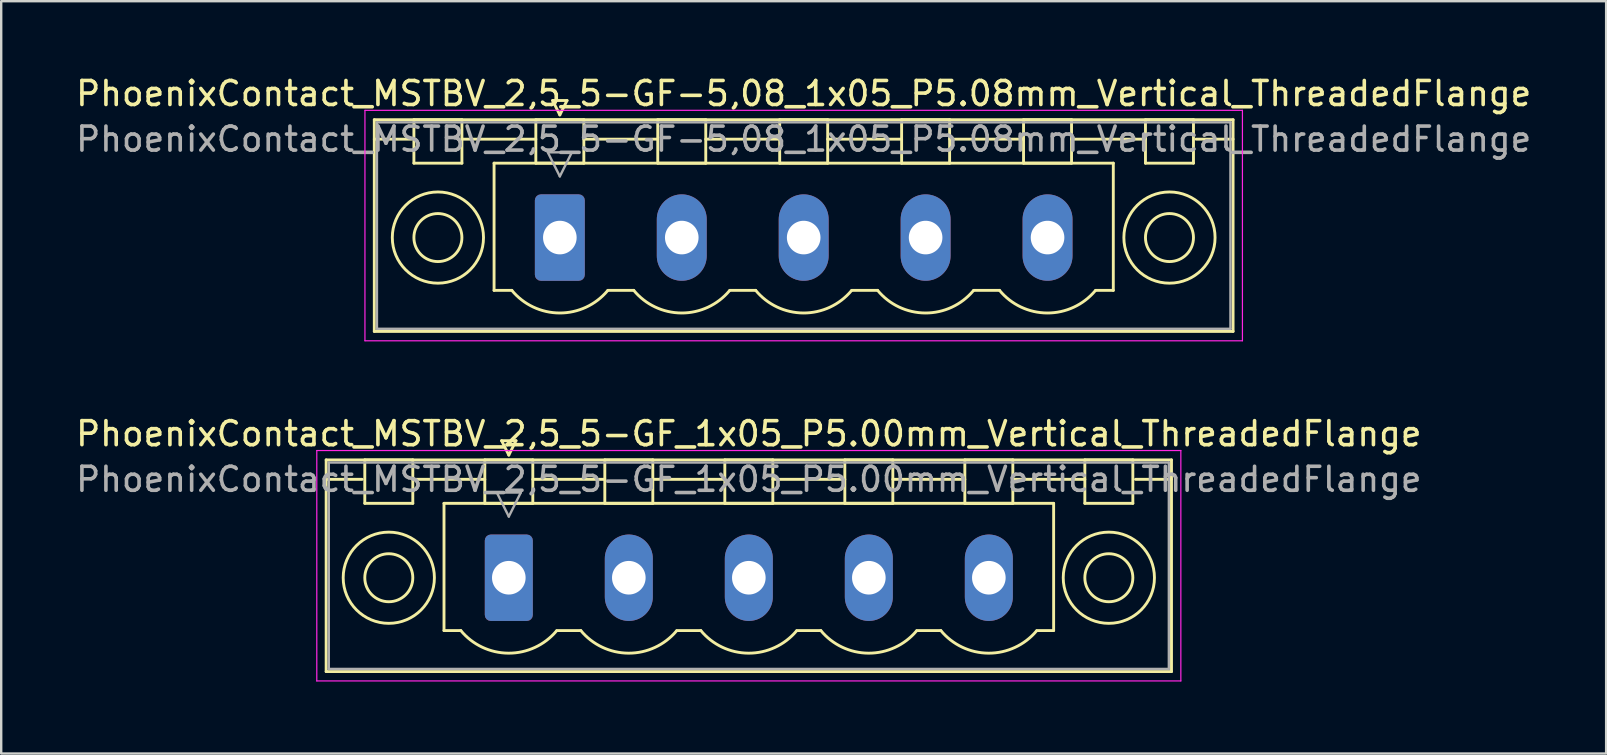
<source format=kicad_pcb>
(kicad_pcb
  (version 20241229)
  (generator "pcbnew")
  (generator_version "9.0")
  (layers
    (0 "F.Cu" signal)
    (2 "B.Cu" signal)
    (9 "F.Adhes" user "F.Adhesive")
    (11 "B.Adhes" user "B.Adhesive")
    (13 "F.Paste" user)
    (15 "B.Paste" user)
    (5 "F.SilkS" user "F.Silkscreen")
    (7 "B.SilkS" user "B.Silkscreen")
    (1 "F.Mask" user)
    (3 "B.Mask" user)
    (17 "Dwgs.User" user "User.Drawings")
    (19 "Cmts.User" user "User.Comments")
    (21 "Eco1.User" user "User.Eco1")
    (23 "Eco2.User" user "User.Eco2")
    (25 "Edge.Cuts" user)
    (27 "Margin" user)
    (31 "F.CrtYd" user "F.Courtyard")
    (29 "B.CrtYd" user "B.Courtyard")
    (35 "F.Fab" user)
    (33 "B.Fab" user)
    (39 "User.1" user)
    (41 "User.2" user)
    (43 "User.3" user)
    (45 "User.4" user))
  (footprint "PhoenixContact_MSTBV_2,5_5-GF_1x05_P5.00mm_Vertical_ThreadedFlange"
    (layer "F.Cu")
    (at 18.149 21.021)
    (property "Reference" "PhoenixContact_MSTBV_2,5_5-GF_1x05_P5.00mm_Vertical_ThreadedFlange" (at 10 -6 0) (layer "F.SilkS") (effects (font (size 1 1) (thickness 0.15))))
    (attr through_hole)
    (fp_line (start -7.61 -4.91) (end -7.61 3.91) (stroke (width 0.12) (type solid)) (layer "F.SilkS"))
    (fp_line (start -7.61 -4.1) (end -6.11 -4.1) (stroke (width 0.12) (type solid)) (layer "F.SilkS"))
    (fp_line (start -7.61 3.91) (end 27.61 3.91) (stroke (width 0.12) (type solid)) (layer "F.SilkS"))
    (fp_line (start -6 -4.91) (end -4 -4.91) (stroke (width 0.12) (type solid)) (layer "F.SilkS"))
    (fp_line (start -6 -3.1) (end -6 -4.91) (stroke (width 0.12) (type solid)) (layer "F.SilkS"))
    (fp_line (start -4 -4.91) (end -4 -3.1) (stroke (width 0.12) (type solid)) (layer "F.SilkS"))
    (fp_line (start -4 -4.1) (end -1 -4.1) (stroke (width 0.12) (type solid)) (layer "F.SilkS"))
    (fp_line (start -4 -3.1) (end -6 -3.1) (stroke (width 0.12) (type solid)) (layer "F.SilkS"))
    (fp_line (start -2.7 -3.1) (end 22.7 -3.1) (stroke (width 0.12) (type solid)) (layer "F.SilkS"))
    (fp_line (start -2.7 2.2) (end -2.7 -3.1) (stroke (width 0.12) (type solid)) (layer "F.SilkS"))
    (fp_line (start -2 2.2) (end -2.7 2.2) (stroke (width 0.12) (type solid)) (layer "F.SilkS"))
    (fp_line (start -1 -4.91) (end 1 -4.91) (stroke (width 0.12) (type solid)) (layer "F.SilkS"))
    (fp_line (start -1 -3.1) (end -1 -4.91) (stroke (width 0.12) (type solid)) (layer "F.SilkS"))
    (fp_line (start -0.3 -5.71) (end 0.3 -5.71) (stroke (width 0.12) (type solid)) (layer "F.SilkS"))
    (fp_line (start 0 -5.11) (end -0.3 -5.71) (stroke (width 0.12) (type solid)) (layer "F.SilkS"))
    (fp_line (start 0.3 -5.71) (end 0 -5.11) (stroke (width 0.12) (type solid)) (layer "F.SilkS"))
    (fp_line (start 1 -4.91) (end 1 -3.1) (stroke (width 0.12) (type solid)) (layer "F.SilkS"))
    (fp_line (start 1 -4.1) (end 4 -4.1) (stroke (width 0.12) (type solid)) (layer "F.SilkS"))
    (fp_line (start 1 -3.1) (end -1 -3.1) (stroke (width 0.12) (type solid)) (layer "F.SilkS"))
    (fp_line (start 2 2.2) (end 3 2.2) (stroke (width 0.12) (type solid)) (layer "F.SilkS"))
    (fp_line (start 4 -4.91) (end 6 -4.91) (stroke (width 0.12) (type solid)) (layer "F.SilkS"))
    (fp_line (start 4 -3.1) (end 4 -4.91) (stroke (width 0.12) (type solid)) (layer "F.SilkS"))
    (fp_line (start 6 -4.91) (end 6 -3.1) (stroke (width 0.12) (type solid)) (layer "F.SilkS"))
    (fp_line (start 6 -4.1) (end 9 -4.1) (stroke (width 0.12) (type solid)) (layer "F.SilkS"))
    (fp_line (start 6 -3.1) (end 4 -3.1) (stroke (width 0.12) (type solid)) (layer "F.SilkS"))
    (fp_line (start 7 2.2) (end 8 2.2) (stroke (width 0.12) (type solid)) (layer "F.SilkS"))
    (fp_line (start 9 -4.91) (end 11 -4.91) (stroke (width 0.12) (type solid)) (layer "F.SilkS"))
    (fp_line (start 9 -3.1) (end 9 -4.91) (stroke (width 0.12) (type solid)) (layer "F.SilkS"))
    (fp_line (start 11 -4.91) (end 11 -3.1) (stroke (width 0.12) (type solid)) (layer "F.SilkS"))
    (fp_line (start 11 -4.1) (end 14 -4.1) (stroke (width 0.12) (type solid)) (layer "F.SilkS"))
    (fp_line (start 11 -3.1) (end 9 -3.1) (stroke (width 0.12) (type solid)) (layer "F.SilkS"))
    (fp_line (start 12 2.2) (end 13 2.2) (stroke (width 0.12) (type solid)) (layer "F.SilkS"))
    (fp_line (start 14 -4.91) (end 16 -4.91) (stroke (width 0.12) (type solid)) (layer "F.SilkS"))
    (fp_line (start 14 -3.1) (end 14 -4.91) (stroke (width 0.12) (type solid)) (layer "F.SilkS"))
    (fp_line (start 16 -4.91) (end 16 -3.1) (stroke (width 0.12) (type solid)) (layer "F.SilkS"))
    (fp_line (start 16 -4.1) (end 19 -4.1) (stroke (width 0.12) (type solid)) (layer "F.SilkS"))
    (fp_line (start 16 -3.1) (end 14 -3.1) (stroke (width 0.12) (type solid)) (layer "F.SilkS"))
    (fp_line (start 17 2.2) (end 18 2.2) (stroke (width 0.12) (type solid)) (layer "F.SilkS"))
    (fp_line (start 19 -4.91) (end 21 -4.91) (stroke (width 0.12) (type solid)) (layer "F.SilkS"))
    (fp_line (start 19 -3.1) (end 19 -4.91) (stroke (width 0.12) (type solid)) (layer "F.SilkS"))
    (fp_line (start 21 -4.91) (end 21 -3.1) (stroke (width 0.12) (type solid)) (layer "F.SilkS"))
    (fp_line (start 21 -4.1) (end 24 -4.1) (stroke (width 0.12) (type solid)) (layer "F.SilkS"))
    (fp_line (start 21 -3.1) (end 19 -3.1) (stroke (width 0.12) (type solid)) (layer "F.SilkS"))
    (fp_line (start 22.7 -3.1) (end 22.7 2.2) (stroke (width 0.12) (type solid)) (layer "F.SilkS"))
    (fp_line (start 22.7 2.2) (end 22 2.2) (stroke (width 0.12) (type solid)) (layer "F.SilkS"))
    (fp_line (start 24 -4.91) (end 26 -4.91) (stroke (width 0.12) (type solid)) (layer "F.SilkS"))
    (fp_line (start 24 -3.1) (end 24 -4.91) (stroke (width 0.12) (type solid)) (layer "F.SilkS"))
    (fp_line (start 26 -4.91) (end 26 -3.1) (stroke (width 0.12) (type solid)) (layer "F.SilkS"))
    (fp_line (start 26 -3.1) (end 24 -3.1) (stroke (width 0.12) (type solid)) (layer "F.SilkS"))
    (fp_line (start 27.61 -4.91) (end -7.61 -4.91) (stroke (width 0.12) (type solid)) (layer "F.SilkS"))
    (fp_line (start 27.61 -4.1) (end 26.11 -4.1) (stroke (width 0.12) (type solid)) (layer "F.SilkS"))
    (fp_line (start 27.61 3.91) (end 27.61 -4.91) (stroke (width 0.12) (type solid)) (layer "F.SilkS"))
    (fp_arc (start 1.986842 2.215821) (mid -0.010289 3.142758) (end -2 2.2) (stroke (width 0.12) (type solid)) (layer "F.SilkS"))
    (fp_arc (start 6.986842 2.215821) (mid 4.989711 3.142758) (end 3 2.2) (stroke (width 0.12) (type solid)) (layer "F.SilkS"))
    (fp_arc (start 11.986842 2.215821) (mid 9.989711 3.142758) (end 8 2.2) (stroke (width 0.12) (type solid)) (layer "F.SilkS"))
    (fp_arc (start 16.986842 2.215821) (mid 14.989711 3.142758) (end 13 2.2) (stroke (width 0.12) (type solid)) (layer "F.SilkS"))
    (fp_arc (start 21.986842 2.215821) (mid 19.989711 3.142758) (end 18 2.2) (stroke (width 0.12) (type solid)) (layer "F.SilkS"))
    (fp_circle (center -5 0) (end -4 0) (stroke (width 0.12) (type solid)) (fill no) (layer "F.SilkS"))
    (fp_circle (center -5 0) (end -3.1 0) (stroke (width 0.12) (type solid)) (fill no) (layer "F.SilkS"))
    (fp_circle (center 25 0) (end 26 0) (stroke (width 0.12) (type solid)) (fill no) (layer "F.SilkS"))
    (fp_circle (center 25 0) (end 26.9 0) (stroke (width 0.12) (type solid)) (fill no) (layer "F.SilkS"))
    (fp_line (start -8 -5.3) (end -8 4.3) (stroke (width 0.05) (type solid)) (layer "F.CrtYd"))
    (fp_line (start -8 4.3) (end 28 4.3) (stroke (width 0.05) (type solid)) (layer "F.CrtYd"))
    (fp_line (start 28 -5.3) (end -8 -5.3) (stroke (width 0.05) (type solid)) (layer "F.CrtYd"))
    (fp_line (start 28 4.3) (end 28 -5.3) (stroke (width 0.05) (type solid)) (layer "F.CrtYd"))
    (fp_line (start -7.5 -4.8) (end -7.5 3.8) (stroke (width 0.1) (type solid)) (layer "F.Fab"))
    (fp_line (start -7.5 3.8) (end 27.5 3.8) (stroke (width 0.1) (type solid)) (layer "F.Fab"))
    (fp_line (start -0.5 -3.55) (end 0.5 -3.55) (stroke (width 0.1) (type solid)) (layer "F.Fab"))
    (fp_line (start 0 -2.55) (end -0.5 -3.55) (stroke (width 0.1) (type solid)) (layer "F.Fab"))
    (fp_line (start 0.5 -3.55) (end 0 -2.55) (stroke (width 0.1) (type solid)) (layer "F.Fab"))
    (fp_line (start 27.5 -4.8) (end -7.5 -4.8) (stroke (width 0.1) (type solid)) (layer "F.Fab"))
    (fp_line (start 27.5 3.8) (end 27.5 -4.8) (stroke (width 0.1) (type solid)) (layer "F.Fab"))
    (fp_text user "${REFERENCE}" (at 10 -4.1 0) (layer "F.Fab") (effects (font (size 1 1) (thickness 0.15))))
    (pad "1" thru_hole roundrect (at 0 0) (size 2 3.6) (drill 1.4) (layers "*.Cu" "*.Mask") (roundrect_rratio 0.125))
    (pad "2" thru_hole oval (at 5 0) (size 2 3.6) (drill 1.4) (layers "*.Cu" "*.Mask"))
    (pad "3" thru_hole oval (at 10 0) (size 2 3.6) (drill 1.4) (layers "*.Cu" "*.Mask"))
    (pad "4" thru_hole oval (at 15 0) (size 2 3.6) (drill 1.4) (layers "*.Cu" "*.Mask"))
    (pad "5" thru_hole oval (at 20 0) (size 2 3.6) (drill 1.4) (layers "*.Cu" "*.Mask")))
  (footprint "PhoenixContact_MSTBV_2,5_5-GF-5,08_1x05_P5.08mm_Vertical_ThreadedFlange"
    (layer "F.Cu")
    (at 20.275 6.848)
    (property "Reference" "PhoenixContact_MSTBV_2,5_5-GF-5,08_1x05_P5.08mm_Vertical_ThreadedFlange" (at 10.16 -6 0) (layer "F.SilkS") (effects (font (size 1 1) (thickness 0.15))))
    (attr through_hole)
    (fp_line (start -7.73 -4.91) (end -7.73 3.91) (stroke (width 0.12) (type solid)) (layer "F.SilkS"))
    (fp_line (start -7.73 -4.1) (end -6.19 -4.1) (stroke (width 0.12) (type solid)) (layer "F.SilkS"))
    (fp_line (start -7.73 3.91) (end 28.05 3.91) (stroke (width 0.12) (type solid)) (layer "F.SilkS"))
    (fp_line (start -6.08 -4.91) (end -4.08 -4.91) (stroke (width 0.12) (type solid)) (layer "F.SilkS"))
    (fp_line (start -6.08 -3.1) (end -6.08 -4.91) (stroke (width 0.12) (type solid)) (layer "F.SilkS"))
    (fp_line (start -4.08 -4.91) (end -4.08 -3.1) (stroke (width 0.12) (type solid)) (layer "F.SilkS"))
    (fp_line (start -4.08 -4.1) (end -1 -4.1) (stroke (width 0.12) (type solid)) (layer "F.SilkS"))
    (fp_line (start -4.08 -3.1) (end -6.08 -3.1) (stroke (width 0.12) (type solid)) (layer "F.SilkS"))
    (fp_line (start -2.74 -3.1) (end 23.06 -3.1) (stroke (width 0.12) (type solid)) (layer "F.SilkS"))
    (fp_line (start -2.74 2.2) (end -2.74 -3.1) (stroke (width 0.12) (type solid)) (layer "F.SilkS"))
    (fp_line (start -2 2.2) (end -2.74 2.2) (stroke (width 0.12) (type solid)) (layer "F.SilkS"))
    (fp_line (start -1 -4.91) (end 1 -4.91) (stroke (width 0.12) (type solid)) (layer "F.SilkS"))
    (fp_line (start -1 -3.1) (end -1 -4.91) (stroke (width 0.12) (type solid)) (layer "F.SilkS"))
    (fp_line (start -0.3 -5.71) (end 0.3 -5.71) (stroke (width 0.12) (type solid)) (layer "F.SilkS"))
    (fp_line (start 0 -5.11) (end -0.3 -5.71) (stroke (width 0.12) (type solid)) (layer "F.SilkS"))
    (fp_line (start 0.3 -5.71) (end 0 -5.11) (stroke (width 0.12) (type solid)) (layer "F.SilkS"))
    (fp_line (start 1 -4.91) (end 1 -3.1) (stroke (width 0.12) (type solid)) (layer "F.SilkS"))
    (fp_line (start 1 -4.1) (end 4.08 -4.1) (stroke (width 0.12) (type solid)) (layer "F.SilkS"))
    (fp_line (start 1 -3.1) (end -1 -3.1) (stroke (width 0.12) (type solid)) (layer "F.SilkS"))
    (fp_line (start 2 2.2) (end 3.08 2.2) (stroke (width 0.12) (type solid)) (layer "F.SilkS"))
    (fp_line (start 4.08 -4.91) (end 6.08 -4.91) (stroke (width 0.12) (type solid)) (layer "F.SilkS"))
    (fp_line (start 4.08 -3.1) (end 4.08 -4.91) (stroke (width 0.12) (type solid)) (layer "F.SilkS"))
    (fp_line (start 6.08 -4.91) (end 6.08 -3.1) (stroke (width 0.12) (type solid)) (layer "F.SilkS"))
    (fp_line (start 6.08 -4.1) (end 9.16 -4.1) (stroke (width 0.12) (type solid)) (layer "F.SilkS"))
    (fp_line (start 6.08 -3.1) (end 4.08 -3.1) (stroke (width 0.12) (type solid)) (layer "F.SilkS"))
    (fp_line (start 7.08 2.2) (end 8.16 2.2) (stroke (width 0.12) (type solid)) (layer "F.SilkS"))
    (fp_line (start 9.16 -4.91) (end 11.16 -4.91) (stroke (width 0.12) (type solid)) (layer "F.SilkS"))
    (fp_line (start 9.16 -3.1) (end 9.16 -4.91) (stroke (width 0.12) (type solid)) (layer "F.SilkS"))
    (fp_line (start 11.16 -4.91) (end 11.16 -3.1) (stroke (width 0.12) (type solid)) (layer "F.SilkS"))
    (fp_line (start 11.16 -4.1) (end 14.24 -4.1) (stroke (width 0.12) (type solid)) (layer "F.SilkS"))
    (fp_line (start 11.16 -3.1) (end 9.16 -3.1) (stroke (width 0.12) (type solid)) (layer "F.SilkS"))
    (fp_line (start 12.16 2.2) (end 13.24 2.2) (stroke (width 0.12) (type solid)) (layer "F.SilkS"))
    (fp_line (start 14.24 -4.91) (end 16.24 -4.91) (stroke (width 0.12) (type solid)) (layer "F.SilkS"))
    (fp_line (start 14.24 -3.1) (end 14.24 -4.91) (stroke (width 0.12) (type solid)) (layer "F.SilkS"))
    (fp_line (start 16.24 -4.91) (end 16.24 -3.1) (stroke (width 0.12) (type solid)) (layer "F.SilkS"))
    (fp_line (start 16.24 -4.1) (end 19.32 -4.1) (stroke (width 0.12) (type solid)) (layer "F.SilkS"))
    (fp_line (start 16.24 -3.1) (end 14.24 -3.1) (stroke (width 0.12) (type solid)) (layer "F.SilkS"))
    (fp_line (start 17.24 2.2) (end 18.32 2.2) (stroke (width 0.12) (type solid)) (layer "F.SilkS"))
    (fp_line (start 19.32 -4.91) (end 21.32 -4.91) (stroke (width 0.12) (type solid)) (layer "F.SilkS"))
    (fp_line (start 19.32 -3.1) (end 19.32 -4.91) (stroke (width 0.12) (type solid)) (layer "F.SilkS"))
    (fp_line (start 21.32 -4.91) (end 21.32 -3.1) (stroke (width 0.12) (type solid)) (layer "F.SilkS"))
    (fp_line (start 21.32 -4.1) (end 24.4 -4.1) (stroke (width 0.12) (type solid)) (layer "F.SilkS"))
    (fp_line (start 21.32 -3.1) (end 19.32 -3.1) (stroke (width 0.12) (type solid)) (layer "F.SilkS"))
    (fp_line (start 23.06 -3.1) (end 23.06 2.2) (stroke (width 0.12) (type solid)) (layer "F.SilkS"))
    (fp_line (start 23.06 2.2) (end 22.32 2.2) (stroke (width 0.12) (type solid)) (layer "F.SilkS"))
    (fp_line (start 24.4 -4.91) (end 26.4 -4.91) (stroke (width 0.12) (type solid)) (layer "F.SilkS"))
    (fp_line (start 24.4 -3.1) (end 24.4 -4.91) (stroke (width 0.12) (type solid)) (layer "F.SilkS"))
    (fp_line (start 26.4 -4.91) (end 26.4 -3.1) (stroke (width 0.12) (type solid)) (layer "F.SilkS"))
    (fp_line (start 26.4 -3.1) (end 24.4 -3.1) (stroke (width 0.12) (type solid)) (layer "F.SilkS"))
    (fp_line (start 28.05 -4.91) (end -7.73 -4.91) (stroke (width 0.12) (type solid)) (layer "F.SilkS"))
    (fp_line (start 28.05 -4.1) (end 26.51 -4.1) (stroke (width 0.12) (type solid)) (layer "F.SilkS"))
    (fp_line (start 28.05 3.91) (end 28.05 -4.91) (stroke (width 0.12) (type solid)) (layer "F.SilkS"))
    (fp_arc (start 1.986842 2.215821) (mid -0.010289 3.142758) (end -2 2.2) (stroke (width 0.12) (type solid)) (layer "F.SilkS"))
    (fp_arc (start 7.066842 2.215821) (mid 5.069711 3.142758) (end 3.08 2.2) (stroke (width 0.12) (type solid)) (layer "F.SilkS"))
    (fp_arc (start 12.146842 2.215821) (mid 10.149711 3.142758) (end 8.16 2.2) (stroke (width 0.12) (type solid)) (layer "F.SilkS"))
    (fp_arc (start 17.226842 2.215821) (mid 15.229711 3.142758) (end 13.24 2.2) (stroke (width 0.12) (type solid)) (layer "F.SilkS"))
    (fp_arc (start 22.306842 2.215821) (mid 20.309711 3.142758) (end 18.32 2.2) (stroke (width 0.12) (type solid)) (layer "F.SilkS"))
    (fp_circle (center -5.08 0) (end -4.08 0) (stroke (width 0.12) (type solid)) (fill no) (layer "F.SilkS"))
    (fp_circle (center -5.08 0) (end -3.18 0) (stroke (width 0.12) (type solid)) (fill no) (layer "F.SilkS"))
    (fp_circle (center 25.4 0) (end 26.4 0) (stroke (width 0.12) (type solid)) (fill no) (layer "F.SilkS"))
    (fp_circle (center 25.4 0) (end 27.3 0) (stroke (width 0.12) (type solid)) (fill no) (layer "F.SilkS"))
    (fp_line (start -8.12 -5.3) (end -8.12 4.3) (stroke (width 0.05) (type solid)) (layer "F.CrtYd"))
    (fp_line (start -8.12 4.3) (end 28.44 4.3) (stroke (width 0.05) (type solid)) (layer "F.CrtYd"))
    (fp_line (start 28.44 -5.3) (end -8.12 -5.3) (stroke (width 0.05) (type solid)) (layer "F.CrtYd"))
    (fp_line (start 28.44 4.3) (end 28.44 -5.3) (stroke (width 0.05) (type solid)) (layer "F.CrtYd"))
    (fp_line (start -7.62 -4.8) (end -7.62 3.8) (stroke (width 0.1) (type solid)) (layer "F.Fab"))
    (fp_line (start -7.62 3.8) (end 27.94 3.8) (stroke (width 0.1) (type solid)) (layer "F.Fab"))
    (fp_line (start -0.5 -3.55) (end 0.5 -3.55) (stroke (width 0.1) (type solid)) (layer "F.Fab"))
    (fp_line (start 0 -2.55) (end -0.5 -3.55) (stroke (width 0.1) (type solid)) (layer "F.Fab"))
    (fp_line (start 0.5 -3.55) (end 0 -2.55) (stroke (width 0.1) (type solid)) (layer "F.Fab"))
    (fp_line (start 27.94 -4.8) (end -7.62 -4.8) (stroke (width 0.1) (type solid)) (layer "F.Fab"))
    (fp_line (start 27.94 3.8) (end 27.94 -4.8) (stroke (width 0.1) (type solid)) (layer "F.Fab"))
    (fp_text user "${REFERENCE}" (at 10.16 -4.1 0) (layer "F.Fab") (effects (font (size 1 1) (thickness 0.15))))
    (pad "1" thru_hole roundrect (at 0 0) (size 2.08 3.6) (drill 1.4) (layers "*.Cu" "*.Mask") (roundrect_rratio 0.12))
    (pad "2" thru_hole oval (at 5.08 0) (size 2.08 3.6) (drill 1.4) (layers "*.Cu" "*.Mask"))
    (pad "3" thru_hole oval (at 10.16 0) (size 2.08 3.6) (drill 1.4) (layers "*.Cu" "*.Mask"))
    (pad "4" thru_hole oval (at 15.24 0) (size 2.08 3.6) (drill 1.4) (layers "*.Cu" "*.Mask"))
    (pad "5" thru_hole oval (at 20.32 0) (size 2.08 3.6) (drill 1.4) (layers "*.Cu" "*.Mask")))
  (gr_rect
    (start -3 -3)
    (end 63.869 28.346)
    (stroke (width 0.1) (type default))
    (fill no)
    (layer "Edge.Cuts")))
</source>
